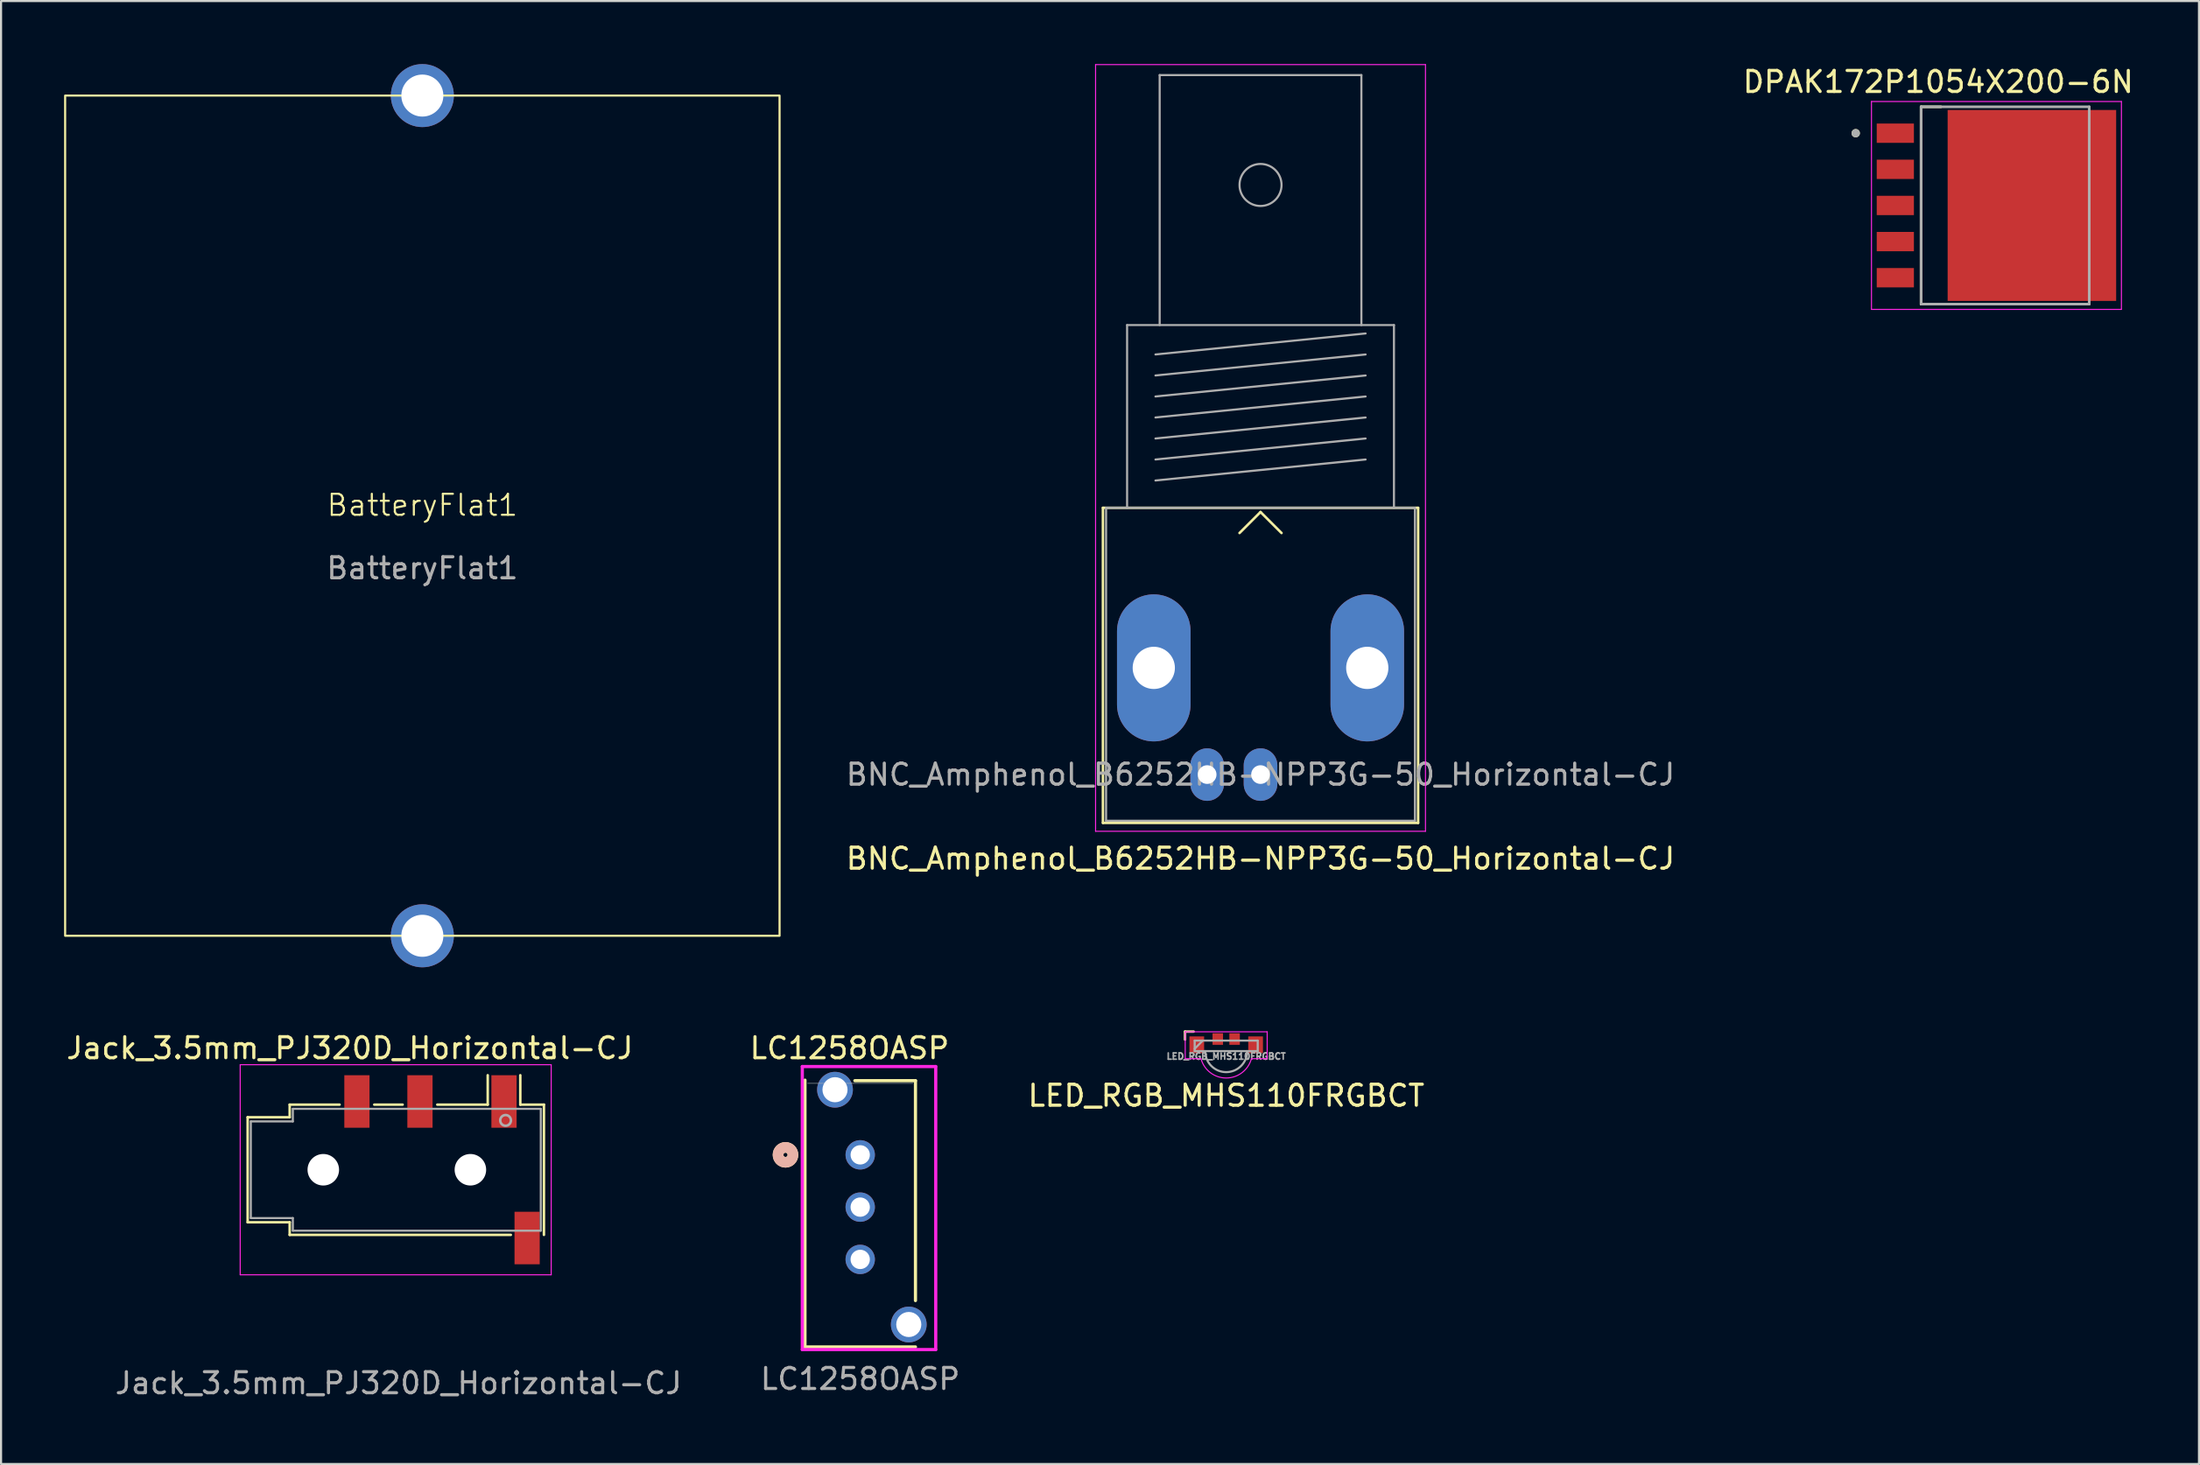
<source format=kicad_pcb>
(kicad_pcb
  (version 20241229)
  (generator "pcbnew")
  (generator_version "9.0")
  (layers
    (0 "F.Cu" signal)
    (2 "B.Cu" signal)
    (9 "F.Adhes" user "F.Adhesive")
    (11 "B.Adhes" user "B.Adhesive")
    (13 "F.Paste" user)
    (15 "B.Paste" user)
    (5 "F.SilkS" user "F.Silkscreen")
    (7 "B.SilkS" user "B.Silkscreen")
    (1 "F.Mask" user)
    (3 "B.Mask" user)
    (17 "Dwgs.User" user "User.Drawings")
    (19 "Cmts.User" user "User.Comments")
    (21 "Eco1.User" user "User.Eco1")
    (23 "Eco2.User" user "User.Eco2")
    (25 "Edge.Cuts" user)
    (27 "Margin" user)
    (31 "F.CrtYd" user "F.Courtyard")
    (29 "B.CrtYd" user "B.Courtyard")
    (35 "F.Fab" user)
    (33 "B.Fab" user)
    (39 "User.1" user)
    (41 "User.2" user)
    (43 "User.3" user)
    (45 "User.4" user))
  (footprint "BNC_Amphenol_B6252HB-NPP3G-50_Horizontal-CJ"
    (layer "F.Cu")
    (at 56.939 31.325)
    (property "Reference" "BNC_Amphenol_B6252HB-NPP3G-50_Horizontal-CJ" (at 0 6.5 180) (layer "F.SilkS") (effects (font (size 1 1) (thickness 0.15))))
    (attr through_hole)
    (fp_line (start -7.5 -10.2) (end 7.5 -10.2) (stroke (width 0.12) (type solid)) (layer "F.SilkS"))
    (fp_line (start -7.5 4.8) (end -7.5 -10.2) (stroke (width 0.12) (type solid)) (layer "F.SilkS"))
    (fp_line (start 0 -10) (end -1 -9) (stroke (width 0.12) (type solid)) (layer "F.SilkS"))
    (fp_line (start 0 -10) (end 1 -9) (stroke (width 0.12) (type solid)) (layer "F.SilkS"))
    (fp_line (start 7.5 -10.2) (end 7.5 4.8) (stroke (width 0.12) (type solid)) (layer "F.SilkS"))
    (fp_line (start 7.5 4.8) (end -7.5 4.8) (stroke (width 0.12) (type solid)) (layer "F.SilkS"))
    (fp_line (start -7.85 5.2) (end -7.85 -31.3) (stroke (width 0.05) (type solid)) (layer "F.CrtYd"))
    (fp_line (start -7.85 5.2) (end 7.85 5.2) (stroke (width 0.05) (type solid)) (layer "F.CrtYd"))
    (fp_line (start 7.85 -31.3) (end -7.85 -31.3) (stroke (width 0.05) (type solid)) (layer "F.CrtYd"))
    (fp_line (start 7.85 5.2) (end 7.85 -31.3) (stroke (width 0.05) (type solid)) (layer "F.CrtYd"))
    (fp_line (start -7.35 -10.2) (end -7.35 4.7) (stroke (width 0.1) (type solid)) (layer "F.Fab"))
    (fp_line (start -7.35 4.7) (end 7.35 4.7) (stroke (width 0.1) (type solid)) (layer "F.Fab"))
    (fp_line (start -6.35 -18.9) (end -6.35 -10.2) (stroke (width 0.1) (type solid)) (layer "F.Fab"))
    (fp_line (start -5 -17.5) (end 5 -18.5) (stroke (width 0.1) (type solid)) (layer "F.Fab"))
    (fp_line (start -5 -16.5) (end 5 -17.5) (stroke (width 0.1) (type solid)) (layer "F.Fab"))
    (fp_line (start -5 -15.5) (end 5 -16.5) (stroke (width 0.1) (type solid)) (layer "F.Fab"))
    (fp_line (start -5 -14.5) (end 5 -15.5) (stroke (width 0.1) (type solid)) (layer "F.Fab"))
    (fp_line (start -5 -13.5) (end 5 -14.5) (stroke (width 0.1) (type solid)) (layer "F.Fab"))
    (fp_line (start -5 -12.5) (end 5 -13.5) (stroke (width 0.1) (type solid)) (layer "F.Fab"))
    (fp_line (start -5 -11.5) (end 5 -12.5) (stroke (width 0.1) (type solid)) (layer "F.Fab"))
    (fp_line (start -4.8 -30.8) (end -4.8 -18.9) (stroke (width 0.1) (type solid)) (layer "F.Fab"))
    (fp_line (start 4.8 -30.8) (end -4.8 -30.8) (stroke (width 0.1) (type solid)) (layer "F.Fab"))
    (fp_line (start 4.8 -18.9) (end 4.8 -30.8) (stroke (width 0.1) (type solid)) (layer "F.Fab"))
    (fp_line (start 6.35 -18.9) (end -6.35 -18.9) (stroke (width 0.1) (type solid)) (layer "F.Fab"))
    (fp_line (start 6.35 -10.2) (end 6.35 -18.9) (stroke (width 0.1) (type solid)) (layer "F.Fab"))
    (fp_line (start 7.35 -10.2) (end -7.35 -10.2) (stroke (width 0.1) (type solid)) (layer "F.Fab"))
    (fp_line (start 7.35 4.7) (end 7.35 -10.2) (stroke (width 0.1) (type solid)) (layer "F.Fab"))
    (fp_circle (center 0 -25.57) (end 1 -25.57) (stroke (width 0.1) (type solid)) (fill no) (layer "F.Fab"))
    (fp_text user "${REFERENCE}" (at 0 2.5 180) (layer "F.Fab") (effects (font (size 1 1) (thickness 0.15))))
    (pad "1" thru_hole oval (at 0 2.5) (size 1.6 2.5) (drill 0.89) (layers "*.Cu" "*.Mask"))
    (pad "2" thru_hole oval (at -5.08 -2.58) (size 3.5 7) (drill 2.01) (layers "*.Cu" "*.Mask"))
    (pad "2" thru_hole oval (at -2.54 2.5) (size 1.6 2.5) (drill 0.89) (layers "*.Cu" "*.Mask"))
    (pad "2" thru_hole oval (at 5.08 -2.58) (size 3.5 7) (drill 2.01) (layers "*.Cu" "*.Mask")))
  (footprint "DPAK172P1054X200-6N"
    (layer "F.Cu")
    (at 91.959 6.731)
    (property "Reference" "DPAK172P1054X200-6N" (at -2.77 -5.883 0) (layer "F.SilkS") (effects (font (size 1 1) (thickness 0.15))))
    (attr smd)
    (fp_line (start -3.582 -4.697) (end -2.64 -4.697) (stroke (width 0.127) (type solid)) (layer "F.SilkS"))
    (fp_line (start -3.582 4.697) (end -3.582 -4.697) (stroke (width 0.127) (type solid)) (layer "F.SilkS"))
    (fp_line (start -2.64 4.697) (end -3.582 4.697) (stroke (width 0.127) (type solid)) (layer "F.SilkS"))
    (fp_circle (center -6.695 -3.44) (end -6.595 -3.44) (stroke (width 0.2) (type solid)) (fill no) (layer "F.SilkS"))
    (fp_poly (pts (xy -1.795 -4.15) (xy -0.165 -4.15) (xy -0.165 -2.66) (xy -1.795 -2.66)) (stroke (width 0.01) (type solid)) (fill yes) (layer "F.Paste"))
    (fp_poly (pts (xy -1.795 -1.88) (xy -0.165 -1.88) (xy -0.165 -0.39) (xy -1.795 -0.39)) (stroke (width 0.01) (type solid)) (fill yes) (layer "F.Paste"))
    (fp_poly (pts (xy -1.795 0.39) (xy -0.165 0.39) (xy -0.165 1.88) (xy -1.795 1.88)) (stroke (width 0.01) (type solid)) (fill yes) (layer "F.Paste"))
    (fp_poly (pts (xy -1.795 2.66) (xy -0.165 2.66) (xy -0.165 4.15) (xy -1.795 4.15)) (stroke (width 0.01) (type solid)) (fill yes) (layer "F.Paste"))
    (fp_poly (pts (xy 0.875 -4.15) (xy 2.505 -4.15) (xy 2.505 -2.66) (xy 0.875 -2.66)) (stroke (width 0.01) (type solid)) (fill yes) (layer "F.Paste"))
    (fp_poly (pts (xy 0.875 -1.88) (xy 2.505 -1.88) (xy 2.505 -0.39) (xy 0.875 -0.39)) (stroke (width 0.01) (type solid)) (fill yes) (layer "F.Paste"))
    (fp_poly (pts (xy 0.875 0.39) (xy 2.505 0.39) (xy 2.505 1.88) (xy 0.875 1.88)) (stroke (width 0.01) (type solid)) (fill yes) (layer "F.Paste"))
    (fp_poly (pts (xy 0.875 2.66) (xy 2.505 2.66) (xy 2.505 4.15) (xy 0.875 4.15)) (stroke (width 0.01) (type solid)) (fill yes) (layer "F.Paste"))
    (fp_poly (pts (xy 3.545 -4.15) (xy 5.175 -4.15) (xy 5.175 -2.66) (xy 3.545 -2.66)) (stroke (width 0.01) (type solid)) (fill yes) (layer "F.Paste"))
    (fp_poly (pts (xy 3.545 -1.88) (xy 5.175 -1.88) (xy 5.175 -0.39) (xy 3.545 -0.39)) (stroke (width 0.01) (type solid)) (fill yes) (layer "F.Paste"))
    (fp_poly (pts (xy 3.545 0.39) (xy 5.175 0.39) (xy 5.175 1.88) (xy 3.545 1.88)) (stroke (width 0.01) (type solid)) (fill yes) (layer "F.Paste"))
    (fp_poly (pts (xy 3.545 2.66) (xy 5.175 2.66) (xy 5.175 4.15) (xy 3.545 4.15)) (stroke (width 0.01) (type solid)) (fill yes) (layer "F.Paste"))
    (fp_line (start -5.945 -4.947) (end -5.945 4.947) (stroke (width 0.05) (type solid)) (layer "F.CrtYd"))
    (fp_line (start -5.945 4.947) (end 5.95 4.947) (stroke (width 0.05) (type solid)) (layer "F.CrtYd"))
    (fp_line (start 5.95 -4.947) (end -5.945 -4.947) (stroke (width 0.05) (type solid)) (layer "F.CrtYd"))
    (fp_line (start 5.95 4.947) (end 5.95 -4.947) (stroke (width 0.05) (type solid)) (layer "F.CrtYd"))
    (fp_line (start -3.582 -4.697) (end 4.418 -4.697) (stroke (width 0.127) (type solid)) (layer "F.Fab"))
    (fp_line (start -3.582 4.697) (end -3.582 -4.697) (stroke (width 0.127) (type solid)) (layer "F.Fab"))
    (fp_line (start 4.418 -4.697) (end 4.418 4.697) (stroke (width 0.127) (type solid)) (layer "F.Fab"))
    (fp_line (start 4.418 4.697) (end -3.582 4.697) (stroke (width 0.127) (type solid)) (layer "F.Fab"))
    (fp_circle (center -6.695 -3.44) (end -6.595 -3.44) (stroke (width 0.2) (type solid)) (fill no) (layer "F.Fab"))
    (pad "1" smd rect (at -4.81 -3.44) (size 1.77 0.92) (layers "F.Cu" "F.Mask" "F.Paste"))
    (pad "2" smd rect (at -4.81 -1.72) (size 1.77 0.92) (layers "F.Cu" "F.Mask" "F.Paste"))
    (pad "3" smd rect (at -4.81 0) (size 1.77 0.92) (layers "F.Cu" "F.Mask" "F.Paste"))
    (pad "4" smd rect (at -4.81 1.72) (size 1.77 0.92) (layers "F.Cu" "F.Mask" "F.Paste"))
    (pad "5" smd rect (at -4.81 3.44) (size 1.77 0.92) (layers "F.Cu" "F.Mask" "F.Paste"))
    (pad "6" smd rect (at 1.69 0) (size 8.02 9.09) (layers "F.Cu" "F.Mask")))
  (footprint "LED_RGB_MHS110FRGBCT"
    (layer "F.Cu")
    (at 55.305 47.24)
    (property "Reference" "LED_RGB_MHS110FRGBCT" (at 0 1.87 180) (layer "F.SilkS") (effects (font (size 1 1) (thickness 0.15))))
    (attr smd)
    (fp_line (start -1.96 -1.18) (end -1.55 -1.18) (stroke (width 0.12) (type solid)) (layer "F.SilkS"))
    (fp_line (start -1.96 -0.8) (end -1.96 -1.18) (stroke (width 0.12) (type solid)) (layer "F.SilkS"))
    (fp_line (start -1.95 -1.17) (end -1.95 0.11) (stroke (width 0.05) (type solid)) (layer "F.CrtYd"))
    (fp_line (start -1.2 0.11) (end -1.95 0.11) (stroke (width 0.05) (type solid)) (layer "F.CrtYd"))
    (fp_line (start 1.95 -1.17) (end -1.95 -1.17) (stroke (width 0.05) (type solid)) (layer "F.CrtYd"))
    (fp_line (start 1.95 -1.17) (end 1.95 0.11) (stroke (width 0.05) (type solid)) (layer "F.CrtYd"))
    (fp_line (start 1.95 0.11) (end 1.2 0.11) (stroke (width 0.05) (type solid)) (layer "F.CrtYd"))
    (fp_arc (start 1.2 0.11) (mid 0 1.03) (end -1.2 0.11) (stroke (width 0.05) (type solid)) (layer "F.CrtYd"))
    (fp_line (start -1.5 -0.75) (end -1.5 -0.25) (stroke (width 0.1) (type solid)) (layer "F.Fab"))
    (fp_line (start -1.5 -0.36) (end -1.12 -0.75) (stroke (width 0.1) (type solid)) (layer "F.Fab"))
    (fp_line (start -1.5 -0.25) (end 1.5 -0.25) (stroke (width 0.1) (type solid)) (layer "F.Fab"))
    (fp_line (start 1.5 -0.75) (end -1.5 -0.75) (stroke (width 0.1) (type solid)) (layer "F.Fab"))
    (fp_line (start 1.5 -0.25) (end 1.5 -0.75) (stroke (width 0.1) (type solid)) (layer "F.Fab"))
    (fp_arc (start 1 -0.25) (mid 0 0.75) (end -1 -0.25) (stroke (width 0.1) (type solid)) (layer "F.Fab"))
    (fp_text user "${REFERENCE}" (at 0 0 180) (layer "F.Fab") (effects (font (size 0.3 0.3) (thickness 0.075))))
    (pad "1" smd rect (at -1.4 -0.55) (size 0.7 0.8) (layers "F.Cu" "F.Mask" "F.Paste"))
    (pad "2" smd rect (at -0.4 -0.825) (size 0.5 0.55) (layers "F.Cu" "F.Mask" "F.Paste"))
    (pad "3" smd rect (at 0.4 -0.825) (size 0.5 0.55) (layers "F.Cu" "F.Mask" "F.Paste"))
    (pad "4" smd rect (at 1.4 -0.55) (size 0.7 0.8) (layers "F.Cu" "F.Mask" "F.Paste")))
  (footprint "BatteryFlat1"
    (layer "F.Cu")
    (at 17.05 21.5)
    (property "Reference" "BatteryFlat1" (at 0 -0.5 0) (unlocked yes) (layer "F.SilkS") (effects (font (size 1 1) (thickness 0.1))))
    (attr through_hole)
    (fp_rect (start -17 -20) (end 17 20) (stroke (width 0.1) (type default)) (fill no) (layer "F.SilkS"))
    (fp_text user "${REFERENCE}" (at 0 2.5 0) (unlocked yes) (layer "F.Fab") (effects (font (size 1 1) (thickness 0.15))))
    (pad "" np_thru_hole circle (at 0 -20) (size 3 3) (drill 2) (layers "*.Cu" "*.Mask"))
    (pad "" np_thru_hole circle (at 0 20) (size 3 3) (drill 2) (layers "*.Cu" "*.Mask")))
  (footprint "LC1258OASP"
    (layer "F.Cu")
    (at 37.888 51.928)
    (property "Reference" "LC1258OASP" (at -0.508 -5.08 0) (unlocked yes) (layer "F.SilkS") (effects (font (size 1 1) (thickness 0.15))))
    (attr through_hole)
    (fp_line (start -2.629 -3.556) (end -2.629 9.144) (stroke (width 0.152) (type solid)) (layer "F.SilkS"))
    (fp_line (start -2.629 9.144) (end 2.629 9.144) (stroke (width 0.152) (type solid)) (layer "F.SilkS"))
    (fp_line (start 2.629 -3.531) (end -0.254 -3.531) (stroke (width 0.152) (type solid)) (layer "F.SilkS"))
    (fp_line (start 2.629 6.937) (end 2.629 -3.531) (stroke (width 0.152) (type solid)) (layer "F.SilkS"))
    (fp_circle (center -3.556 0) (end -3.456 0) (stroke (width 0.508) (type solid)) (fill no) (layer "F.SilkS"))
    (fp_circle (center -3.556 0) (end -3.456 0) (stroke (width 0.508) (type solid)) (fill no) (layer "B.SilkS"))
    (fp_line (start -2.756 -4.204) (end -2.756 9.271) (stroke (width 0.152) (type solid)) (layer "F.CrtYd"))
    (fp_line (start -2.756 9.271) (end 3.594 9.271) (stroke (width 0.152) (type solid)) (layer "F.CrtYd"))
    (fp_line (start 3.594 -4.204) (end -2.756 -4.204) (stroke (width 0.152) (type solid)) (layer "F.CrtYd"))
    (fp_line (start 3.594 9.271) (end 3.594 -4.204) (stroke (width 0.152) (type solid)) (layer "F.CrtYd"))
    (fp_line (start 2.502 -3.404) (end -2.502 -3.404) (stroke (width 0.025) (type solid)) (layer "F.Fab"))
    (fp_text user "${REFERENCE}" (at 0 10.668 0) (unlocked yes) (layer "F.Fab") (effects (font (size 1 1) (thickness 0.15))))
    (pad "1" thru_hole circle (at 0 0) (size 1.397 1.397) (drill 0.92) (layers "*.Cu" "*.Mask"))
    (pad "2" thru_hole circle (at 0 2.489) (size 1.397 1.397) (drill 0.92) (layers "*.Cu" "*.Mask"))
    (pad "3" thru_hole circle (at 0 4.978) (size 1.397 1.397) (drill 0.92) (layers "*.Cu" "*.Mask"))
    (pad "4" thru_hole circle (at -1.2 -3.1) (size 1.702 1.702) (drill 1.194) (layers "*.Cu" "*.Mask"))
    (pad "5" thru_hole circle (at 2.311 8.077) (size 1.702 1.702) (drill 1.194) (layers "*.Cu" "*.Mask")))
  (footprint "Jack_3.5mm_PJ320D_Horizontal-CJ"
    (layer "F.Cu")
    (at 17.901 52.648)
    (property "Reference" "Jack_3.5mm_PJ320D_Horizontal-CJ" (at -4.3 -5.8 0) (layer "F.SilkS") (effects (font (size 1 1) (thickness 0.15))))
    (attr smd)
    (fp_line (start -9.165 -2.51) (end -9.165 2.49) (stroke (width 0.12) (type solid)) (layer "F.SilkS"))
    (fp_line (start -7.165 -3.11) (end -7.165 -2.51) (stroke (width 0.12) (type solid)) (layer "F.SilkS"))
    (fp_line (start -7.165 -3.11) (end -4.79 -3.11) (stroke (width 0.12) (type solid)) (layer "F.SilkS"))
    (fp_line (start -7.165 -2.51) (end -9.165 -2.51) (stroke (width 0.12) (type solid)) (layer "F.SilkS"))
    (fp_line (start -7.165 2.49) (end -9.165 2.49) (stroke (width 0.12) (type solid)) (layer "F.SilkS"))
    (fp_line (start -7.165 2.49) (end -7.165 3.09) (stroke (width 0.12) (type solid)) (layer "F.SilkS"))
    (fp_line (start -3.14 -3.11) (end -1.79 -3.11) (stroke (width 0.12) (type solid)) (layer "F.SilkS"))
    (fp_line (start -0.14 -3.11) (end 2.26 -3.11) (stroke (width 0.12) (type solid)) (layer "F.SilkS"))
    (fp_line (start 2.26 -3.11) (end 2.26 -4.51) (stroke (width 0.12) (type solid)) (layer "F.SilkS"))
    (fp_line (start 3.36 3.09) (end -7.165 3.09) (stroke (width 0.12) (type solid)) (layer "F.SilkS"))
    (fp_line (start 3.81 -3.11) (end 3.81 -4.51) (stroke (width 0.12) (type solid)) (layer "F.SilkS"))
    (fp_line (start 3.81 -3.11) (end 4.935 -3.11) (stroke (width 0.12) (type solid)) (layer "F.SilkS"))
    (fp_line (start 4.935 3.09) (end 4.935 -3.11) (stroke (width 0.12) (type solid)) (layer "F.SilkS"))
    (fp_line (start -9.52 -5.01) (end 5.28 -5.01) (stroke (width 0.05) (type solid)) (layer "F.CrtYd"))
    (fp_line (start -9.52 4.99) (end -9.52 -5.01) (stroke (width 0.05) (type solid)) (layer "F.CrtYd"))
    (fp_line (start -9.52 4.99) (end 5.28 4.99) (stroke (width 0.05) (type solid)) (layer "F.CrtYd"))
    (fp_line (start 5.28 4.99) (end 5.28 -5.01) (stroke (width 0.05) (type solid)) (layer "F.CrtYd"))
    (fp_line (start -9.015 -2.31) (end -7.015 -2.31) (stroke (width 0.1) (type solid)) (layer "F.Fab"))
    (fp_line (start -9.015 2.29) (end -9.015 -2.31) (stroke (width 0.1) (type solid)) (layer "F.Fab"))
    (fp_line (start -7.015 -2.91) (end 4.785 -2.91) (stroke (width 0.1) (type solid)) (layer "F.Fab"))
    (fp_line (start -7.015 -2.31) (end -7.015 -2.91) (stroke (width 0.1) (type solid)) (layer "F.Fab"))
    (fp_line (start -7.015 2.29) (end -9.015 2.29) (stroke (width 0.1) (type solid)) (layer "F.Fab"))
    (fp_line (start -7.015 2.89) (end -7.015 2.29) (stroke (width 0.1) (type solid)) (layer "F.Fab"))
    (fp_line (start 4.785 -2.91) (end 4.785 2.89) (stroke (width 0.1) (type solid)) (layer "F.Fab"))
    (fp_line (start 4.785 2.89) (end -7.015 2.89) (stroke (width 0.1) (type solid)) (layer "F.Fab"))
    (fp_circle (center 3.11 -2.36) (end 3.16 -2.11) (stroke (width 0.12) (type solid)) (fill no) (layer "F.Fab"))
    (fp_text user "${REFERENCE}" (at -1.985 10.15 0) (layer "F.Fab") (effects (font (size 1 1) (thickness 0.15))))
    (pad "" np_thru_hole circle (at -5.565 -0.01) (size 1.5 1.5) (drill 1.5) (layers "*.Cu" "*.Mask"))
    (pad "" np_thru_hole circle (at 1.435 -0.01) (size 1.5 1.5) (drill 1.5) (layers "*.Cu" "*.Mask"))
    (pad "R1" smd rect (at -0.965 -3.26) (size 1.2 2.5) (layers "F.Cu" "F.Mask" "F.Paste"))
    (pad "R2" smd rect (at -3.965 -3.26) (size 1.2 2.5) (layers "F.Cu" "F.Mask" "F.Paste"))
    (pad "S" smd rect (at 4.135 3.24) (size 1.2 2.5) (layers "F.Cu" "F.Mask" "F.Paste"))
    (pad "T" smd rect (at 3.035 -3.26) (size 1.2 2.5) (layers "F.Cu" "F.Mask" "F.Paste")))
  (gr_rect
    (start -3 -3)
    (end 101.6 66.647)
    (stroke (width 0.1) (type default))
    (fill no)
    (layer "Edge.Cuts")))
</source>
